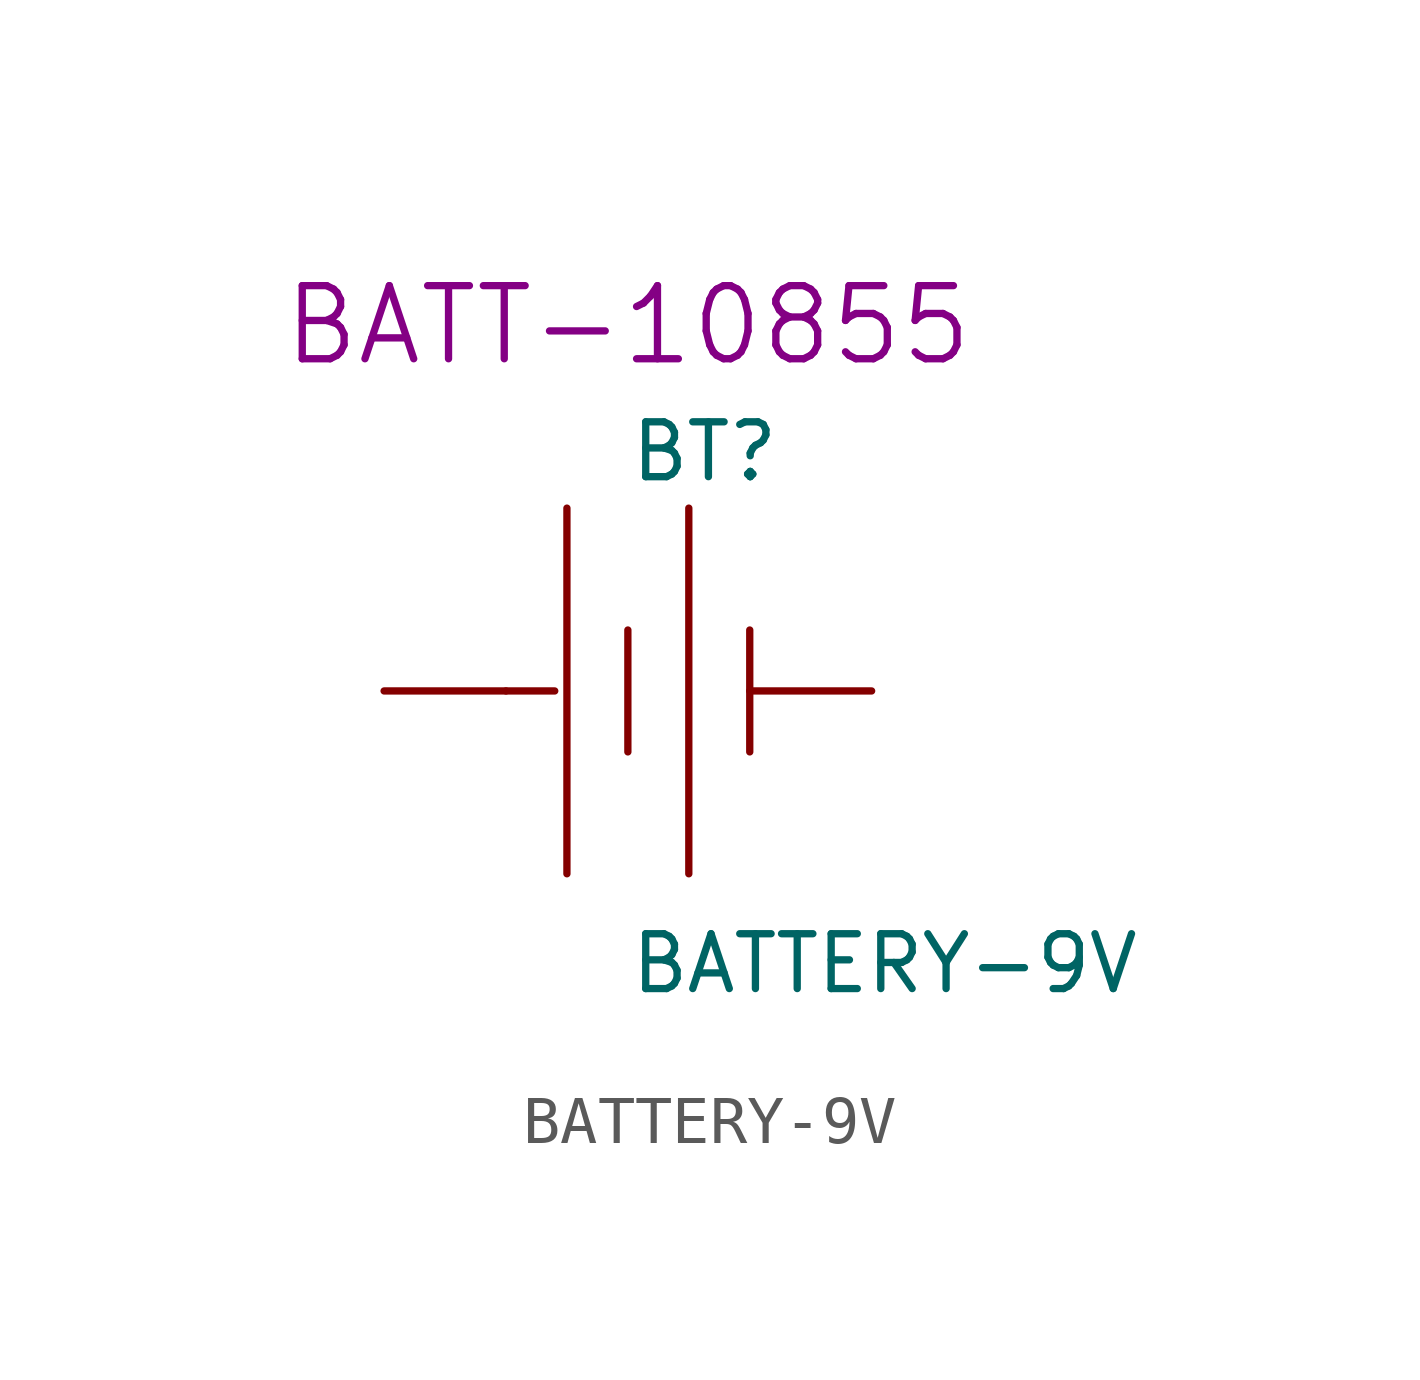
<source format=kicad_sym>
(kicad_symbol_lib
  (version 20220914)
  (generator kicad_symbol_editor)
  (symbol "BATTERY-9V"
    (pin_numbers hide)
    (pin_names
      (offset 1.016) hide)
    (property "Reference" "BT"
      (at 0 4.318 0)
      (effects (font (size 1.143 1.143)) (justify left bottom)))
    (property "Value" "BATTERY-9V"
      (at 0 -6.35 0)
      (effects (font (size 1.143 1.143)) (justify left bottom)))
    (property "Field4" "BATT-10855"
      (at 0 7.62 0)
      (effects (font (size 1.524 1.524))))
    (property "ki_locked" ""
      (at 0 0 0)
      (effects (font (size 1.27 1.27))))
    (symbol "BATTERY-9V_1_0"
      (polyline (pts (xy -2.54 0) (xy -1.524 0)) (stroke (width 0) (type solid)) (fill (type none)))
      (polyline (pts (xy -1.27 3.81) (xy -1.27 -3.81)) (stroke (width 0) (type solid)) (fill (type none)))
      (polyline (pts (xy 0 1.27) (xy 0 -1.27)) (stroke (width 0) (type solid)) (fill (type none)))
      (polyline (pts (xy 1.27 3.81) (xy 1.27 -3.81)) (stroke (width 0) (type solid)) (fill (type none)))
      (polyline (pts (xy 2.54 1.27) (xy 2.54 -1.27)) (stroke (width 0) (type solid)) (fill (type none))))
    (symbol "BATTERY-9V_1_1"
      (pin power_in line (at -5.08 0 0) (length 2.54) (name "+" (effects (font (size 1.016 1.016)))) (number "+" (effects (font (size 1.016 1.016)))))
      (pin power_in line (at 5.08 0 180) (length 2.54) (name "-" (effects (font (size 1.016 1.016)))) (number "-" (effects (font (size 1.016 1.016))))))))
</source>
